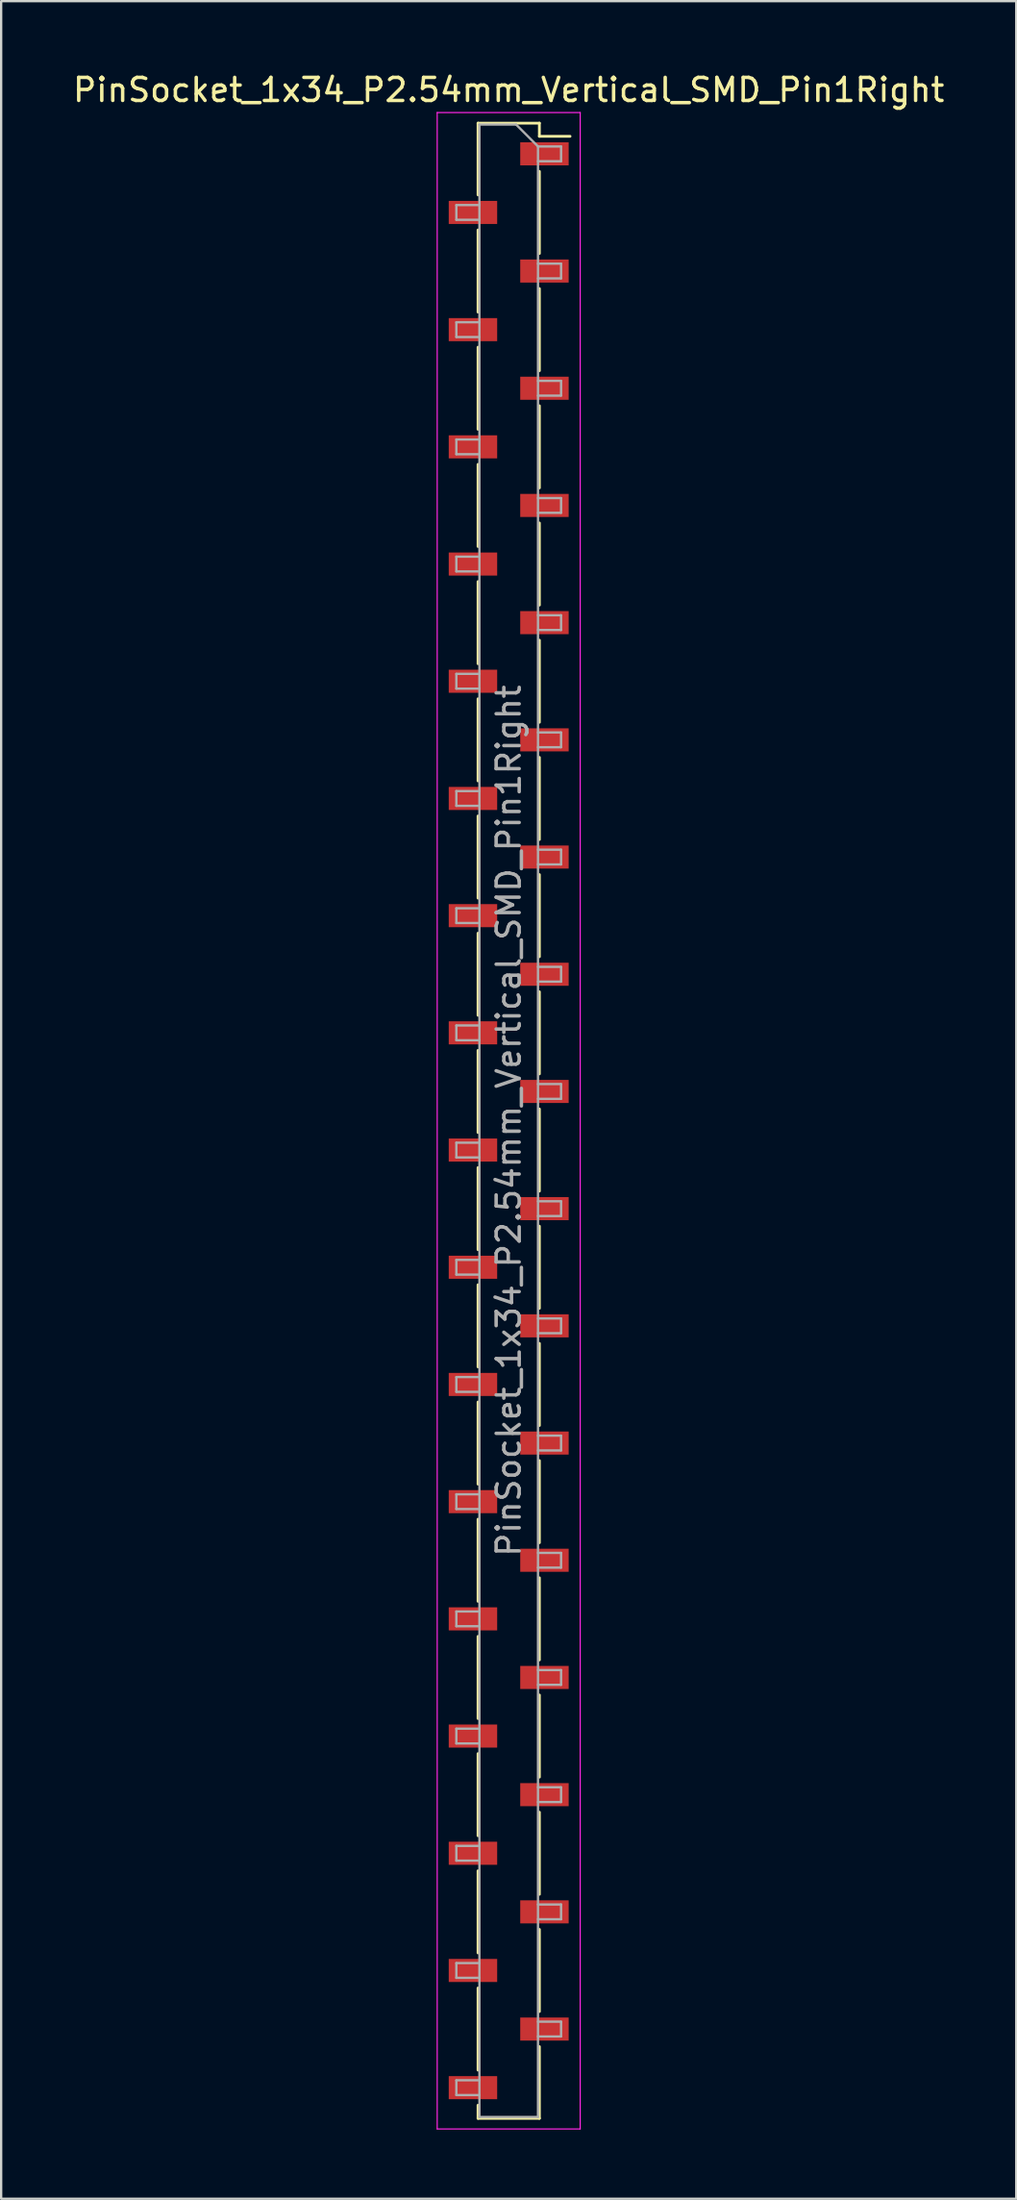
<source format=kicad_pcb>
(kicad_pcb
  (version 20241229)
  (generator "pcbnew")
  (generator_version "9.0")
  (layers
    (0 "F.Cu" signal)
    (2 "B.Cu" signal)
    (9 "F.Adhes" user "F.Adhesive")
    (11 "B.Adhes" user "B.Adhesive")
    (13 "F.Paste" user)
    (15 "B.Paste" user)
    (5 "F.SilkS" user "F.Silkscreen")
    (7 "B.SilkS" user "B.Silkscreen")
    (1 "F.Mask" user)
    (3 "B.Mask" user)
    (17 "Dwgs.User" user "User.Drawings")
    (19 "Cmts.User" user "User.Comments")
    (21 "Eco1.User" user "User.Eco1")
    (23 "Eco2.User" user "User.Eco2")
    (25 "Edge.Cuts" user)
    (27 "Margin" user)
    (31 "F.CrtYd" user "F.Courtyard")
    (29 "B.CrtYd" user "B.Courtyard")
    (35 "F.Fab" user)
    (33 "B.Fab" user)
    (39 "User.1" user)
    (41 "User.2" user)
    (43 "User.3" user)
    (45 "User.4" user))
  (footprint "PinSocket_1x34_P2.54mm_Vertical_SMD_Pin1Right"
    (layer "F.Cu")
    (at 19.006 45.528)
    (property "Reference" "PinSocket_1x34_P2.54mm_Vertical_SMD_Pin1Right" (at 0 -44.68 0) (layer "F.SilkS") (effects (font (size 1 1) (thickness 0.15))))
    (attr smd)
    (fp_line (start -1.33 -43.24) (end -1.33 -40.13) (stroke (width 0.12) (type solid)) (layer "F.SilkS"))
    (fp_line (start -1.33 -43.24) (end 1.33 -43.24) (stroke (width 0.12) (type solid)) (layer "F.SilkS"))
    (fp_line (start -1.33 -38.61) (end -1.33 -35.05) (stroke (width 0.12) (type solid)) (layer "F.SilkS"))
    (fp_line (start -1.33 -33.53) (end -1.33 -29.97) (stroke (width 0.12) (type solid)) (layer "F.SilkS"))
    (fp_line (start -1.33 -28.45) (end -1.33 -24.89) (stroke (width 0.12) (type solid)) (layer "F.SilkS"))
    (fp_line (start -1.33 -23.37) (end -1.33 -19.81) (stroke (width 0.12) (type solid)) (layer "F.SilkS"))
    (fp_line (start -1.33 -18.29) (end -1.33 -14.73) (stroke (width 0.12) (type solid)) (layer "F.SilkS"))
    (fp_line (start -1.33 -13.21) (end -1.33 -9.65) (stroke (width 0.12) (type solid)) (layer "F.SilkS"))
    (fp_line (start -1.33 -8.13) (end -1.33 -4.57) (stroke (width 0.12) (type solid)) (layer "F.SilkS"))
    (fp_line (start -1.33 -3.05) (end -1.33 0.51) (stroke (width 0.12) (type solid)) (layer "F.SilkS"))
    (fp_line (start -1.33 2.03) (end -1.33 5.59) (stroke (width 0.12) (type solid)) (layer "F.SilkS"))
    (fp_line (start -1.33 7.11) (end -1.33 10.67) (stroke (width 0.12) (type solid)) (layer "F.SilkS"))
    (fp_line (start -1.33 12.19) (end -1.33 15.75) (stroke (width 0.12) (type solid)) (layer "F.SilkS"))
    (fp_line (start -1.33 17.27) (end -1.33 20.83) (stroke (width 0.12) (type solid)) (layer "F.SilkS"))
    (fp_line (start -1.33 22.35) (end -1.33 25.91) (stroke (width 0.12) (type solid)) (layer "F.SilkS"))
    (fp_line (start -1.33 27.43) (end -1.33 30.99) (stroke (width 0.12) (type solid)) (layer "F.SilkS"))
    (fp_line (start -1.33 32.51) (end -1.33 36.07) (stroke (width 0.12) (type solid)) (layer "F.SilkS"))
    (fp_line (start -1.33 37.59) (end -1.33 41.15) (stroke (width 0.12) (type solid)) (layer "F.SilkS"))
    (fp_line (start -1.33 43.24) (end -1.33 42.67) (stroke (width 0.12) (type solid)) (layer "F.SilkS"))
    (fp_line (start 1.33 -43.24) (end 1.33 -42.67) (stroke (width 0.12) (type solid)) (layer "F.SilkS"))
    (fp_line (start 1.33 -42.67) (end 2.66 -42.67) (stroke (width 0.12) (type solid)) (layer "F.SilkS"))
    (fp_line (start 1.33 -41.15) (end 1.33 -37.59) (stroke (width 0.12) (type solid)) (layer "F.SilkS"))
    (fp_line (start 1.33 -36.07) (end 1.33 -32.51) (stroke (width 0.12) (type solid)) (layer "F.SilkS"))
    (fp_line (start 1.33 -30.99) (end 1.33 -27.43) (stroke (width 0.12) (type solid)) (layer "F.SilkS"))
    (fp_line (start 1.33 -25.91) (end 1.33 -22.35) (stroke (width 0.12) (type solid)) (layer "F.SilkS"))
    (fp_line (start 1.33 -20.83) (end 1.33 -17.27) (stroke (width 0.12) (type solid)) (layer "F.SilkS"))
    (fp_line (start 1.33 -15.75) (end 1.33 -12.19) (stroke (width 0.12) (type solid)) (layer "F.SilkS"))
    (fp_line (start 1.33 -10.67) (end 1.33 -7.11) (stroke (width 0.12) (type solid)) (layer "F.SilkS"))
    (fp_line (start 1.33 -5.59) (end 1.33 -2.03) (stroke (width 0.12) (type solid)) (layer "F.SilkS"))
    (fp_line (start 1.33 -0.51) (end 1.33 3.05) (stroke (width 0.12) (type solid)) (layer "F.SilkS"))
    (fp_line (start 1.33 4.57) (end 1.33 8.13) (stroke (width 0.12) (type solid)) (layer "F.SilkS"))
    (fp_line (start 1.33 9.65) (end 1.33 13.21) (stroke (width 0.12) (type solid)) (layer "F.SilkS"))
    (fp_line (start 1.33 14.73) (end 1.33 18.29) (stroke (width 0.12) (type solid)) (layer "F.SilkS"))
    (fp_line (start 1.33 19.81) (end 1.33 23.37) (stroke (width 0.12) (type solid)) (layer "F.SilkS"))
    (fp_line (start 1.33 24.89) (end 1.33 28.45) (stroke (width 0.12) (type solid)) (layer "F.SilkS"))
    (fp_line (start 1.33 29.97) (end 1.33 33.53) (stroke (width 0.12) (type solid)) (layer "F.SilkS"))
    (fp_line (start 1.33 35.05) (end 1.33 38.61) (stroke (width 0.12) (type solid)) (layer "F.SilkS"))
    (fp_line (start 1.33 40.13) (end 1.33 43.24) (stroke (width 0.12) (type solid)) (layer "F.SilkS"))
    (fp_line (start 1.33 43.24) (end -1.33 43.24) (stroke (width 0.12) (type solid)) (layer "F.SilkS"))
    (fp_line (start -3.1 -43.7) (end 3.1 -43.7) (stroke (width 0.05) (type solid)) (layer "F.CrtYd"))
    (fp_line (start -3.1 43.7) (end -3.1 -43.7) (stroke (width 0.05) (type solid)) (layer "F.CrtYd"))
    (fp_line (start 3.1 -43.7) (end 3.1 43.7) (stroke (width 0.05) (type solid)) (layer "F.CrtYd"))
    (fp_line (start 3.1 43.7) (end -3.1 43.7) (stroke (width 0.05) (type solid)) (layer "F.CrtYd"))
    (fp_line (start -2.27 -39.69) (end -1.27 -39.69) (stroke (width 0.1) (type solid)) (layer "F.Fab"))
    (fp_line (start -2.27 -39.05) (end -2.27 -39.69) (stroke (width 0.1) (type solid)) (layer "F.Fab"))
    (fp_line (start -2.27 -34.61) (end -1.27 -34.61) (stroke (width 0.1) (type solid)) (layer "F.Fab"))
    (fp_line (start -2.27 -33.97) (end -2.27 -34.61) (stroke (width 0.1) (type solid)) (layer "F.Fab"))
    (fp_line (start -2.27 -29.53) (end -1.27 -29.53) (stroke (width 0.1) (type solid)) (layer "F.Fab"))
    (fp_line (start -2.27 -28.89) (end -2.27 -29.53) (stroke (width 0.1) (type solid)) (layer "F.Fab"))
    (fp_line (start -2.27 -24.45) (end -1.27 -24.45) (stroke (width 0.1) (type solid)) (layer "F.Fab"))
    (fp_line (start -2.27 -23.81) (end -2.27 -24.45) (stroke (width 0.1) (type solid)) (layer "F.Fab"))
    (fp_line (start -2.27 -19.37) (end -1.27 -19.37) (stroke (width 0.1) (type solid)) (layer "F.Fab"))
    (fp_line (start -2.27 -18.73) (end -2.27 -19.37) (stroke (width 0.1) (type solid)) (layer "F.Fab"))
    (fp_line (start -2.27 -14.29) (end -1.27 -14.29) (stroke (width 0.1) (type solid)) (layer "F.Fab"))
    (fp_line (start -2.27 -13.65) (end -2.27 -14.29) (stroke (width 0.1) (type solid)) (layer "F.Fab"))
    (fp_line (start -2.27 -9.21) (end -1.27 -9.21) (stroke (width 0.1) (type solid)) (layer "F.Fab"))
    (fp_line (start -2.27 -8.57) (end -2.27 -9.21) (stroke (width 0.1) (type solid)) (layer "F.Fab"))
    (fp_line (start -2.27 -4.13) (end -1.27 -4.13) (stroke (width 0.1) (type solid)) (layer "F.Fab"))
    (fp_line (start -2.27 -3.49) (end -2.27 -4.13) (stroke (width 0.1) (type solid)) (layer "F.Fab"))
    (fp_line (start -2.27 0.95) (end -1.27 0.95) (stroke (width 0.1) (type solid)) (layer "F.Fab"))
    (fp_line (start -2.27 1.59) (end -2.27 0.95) (stroke (width 0.1) (type solid)) (layer "F.Fab"))
    (fp_line (start -2.27 6.03) (end -1.27 6.03) (stroke (width 0.1) (type solid)) (layer "F.Fab"))
    (fp_line (start -2.27 6.67) (end -2.27 6.03) (stroke (width 0.1) (type solid)) (layer "F.Fab"))
    (fp_line (start -2.27 11.11) (end -1.27 11.11) (stroke (width 0.1) (type solid)) (layer "F.Fab"))
    (fp_line (start -2.27 11.75) (end -2.27 11.11) (stroke (width 0.1) (type solid)) (layer "F.Fab"))
    (fp_line (start -2.27 16.19) (end -1.27 16.19) (stroke (width 0.1) (type solid)) (layer "F.Fab"))
    (fp_line (start -2.27 16.83) (end -2.27 16.19) (stroke (width 0.1) (type solid)) (layer "F.Fab"))
    (fp_line (start -2.27 21.27) (end -1.27 21.27) (stroke (width 0.1) (type solid)) (layer "F.Fab"))
    (fp_line (start -2.27 21.91) (end -2.27 21.27) (stroke (width 0.1) (type solid)) (layer "F.Fab"))
    (fp_line (start -2.27 26.35) (end -1.27 26.35) (stroke (width 0.1) (type solid)) (layer "F.Fab"))
    (fp_line (start -2.27 26.99) (end -2.27 26.35) (stroke (width 0.1) (type solid)) (layer "F.Fab"))
    (fp_line (start -2.27 31.43) (end -1.27 31.43) (stroke (width 0.1) (type solid)) (layer "F.Fab"))
    (fp_line (start -2.27 32.07) (end -2.27 31.43) (stroke (width 0.1) (type solid)) (layer "F.Fab"))
    (fp_line (start -2.27 36.51) (end -1.27 36.51) (stroke (width 0.1) (type solid)) (layer "F.Fab"))
    (fp_line (start -2.27 37.15) (end -2.27 36.51) (stroke (width 0.1) (type solid)) (layer "F.Fab"))
    (fp_line (start -2.27 41.59) (end -1.27 41.59) (stroke (width 0.1) (type solid)) (layer "F.Fab"))
    (fp_line (start -2.27 42.23) (end -2.27 41.59) (stroke (width 0.1) (type solid)) (layer "F.Fab"))
    (fp_line (start -1.27 -43.18) (end 0.32 -43.18) (stroke (width 0.1) (type solid)) (layer "F.Fab"))
    (fp_line (start -1.27 -39.05) (end -2.27 -39.05) (stroke (width 0.1) (type solid)) (layer "F.Fab"))
    (fp_line (start -1.27 -33.97) (end -2.27 -33.97) (stroke (width 0.1) (type solid)) (layer "F.Fab"))
    (fp_line (start -1.27 -28.89) (end -2.27 -28.89) (stroke (width 0.1) (type solid)) (layer "F.Fab"))
    (fp_line (start -1.27 -23.81) (end -2.27 -23.81) (stroke (width 0.1) (type solid)) (layer "F.Fab"))
    (fp_line (start -1.27 -18.73) (end -2.27 -18.73) (stroke (width 0.1) (type solid)) (layer "F.Fab"))
    (fp_line (start -1.27 -13.65) (end -2.27 -13.65) (stroke (width 0.1) (type solid)) (layer "F.Fab"))
    (fp_line (start -1.27 -8.57) (end -2.27 -8.57) (stroke (width 0.1) (type solid)) (layer "F.Fab"))
    (fp_line (start -1.27 -3.49) (end -2.27 -3.49) (stroke (width 0.1) (type solid)) (layer "F.Fab"))
    (fp_line (start -1.27 1.59) (end -2.27 1.59) (stroke (width 0.1) (type solid)) (layer "F.Fab"))
    (fp_line (start -1.27 6.67) (end -2.27 6.67) (stroke (width 0.1) (type solid)) (layer "F.Fab"))
    (fp_line (start -1.27 11.75) (end -2.27 11.75) (stroke (width 0.1) (type solid)) (layer "F.Fab"))
    (fp_line (start -1.27 16.83) (end -2.27 16.83) (stroke (width 0.1) (type solid)) (layer "F.Fab"))
    (fp_line (start -1.27 21.91) (end -2.27 21.91) (stroke (width 0.1) (type solid)) (layer "F.Fab"))
    (fp_line (start -1.27 26.99) (end -2.27 26.99) (stroke (width 0.1) (type solid)) (layer "F.Fab"))
    (fp_line (start -1.27 32.07) (end -2.27 32.07) (stroke (width 0.1) (type solid)) (layer "F.Fab"))
    (fp_line (start -1.27 37.15) (end -2.27 37.15) (stroke (width 0.1) (type solid)) (layer "F.Fab"))
    (fp_line (start -1.27 42.23) (end -2.27 42.23) (stroke (width 0.1) (type solid)) (layer "F.Fab"))
    (fp_line (start -1.27 43.18) (end -1.27 -43.18) (stroke (width 0.1) (type solid)) (layer "F.Fab"))
    (fp_line (start 0.32 -43.18) (end 1.27 -42.23) (stroke (width 0.1) (type solid)) (layer "F.Fab"))
    (fp_line (start 1.27 -42.23) (end 1.27 43.18) (stroke (width 0.1) (type solid)) (layer "F.Fab"))
    (fp_line (start 1.27 -42.23) (end 2.27 -42.23) (stroke (width 0.1) (type solid)) (layer "F.Fab"))
    (fp_line (start 1.27 -37.15) (end 2.27 -37.15) (stroke (width 0.1) (type solid)) (layer "F.Fab"))
    (fp_line (start 1.27 -32.07) (end 2.27 -32.07) (stroke (width 0.1) (type solid)) (layer "F.Fab"))
    (fp_line (start 1.27 -26.99) (end 2.27 -26.99) (stroke (width 0.1) (type solid)) (layer "F.Fab"))
    (fp_line (start 1.27 -21.91) (end 2.27 -21.91) (stroke (width 0.1) (type solid)) (layer "F.Fab"))
    (fp_line (start 1.27 -16.83) (end 2.27 -16.83) (stroke (width 0.1) (type solid)) (layer "F.Fab"))
    (fp_line (start 1.27 -11.75) (end 2.27 -11.75) (stroke (width 0.1) (type solid)) (layer "F.Fab"))
    (fp_line (start 1.27 -6.67) (end 2.27 -6.67) (stroke (width 0.1) (type solid)) (layer "F.Fab"))
    (fp_line (start 1.27 -1.59) (end 2.27 -1.59) (stroke (width 0.1) (type solid)) (layer "F.Fab"))
    (fp_line (start 1.27 3.49) (end 2.27 3.49) (stroke (width 0.1) (type solid)) (layer "F.Fab"))
    (fp_line (start 1.27 8.57) (end 2.27 8.57) (stroke (width 0.1) (type solid)) (layer "F.Fab"))
    (fp_line (start 1.27 13.65) (end 2.27 13.65) (stroke (width 0.1) (type solid)) (layer "F.Fab"))
    (fp_line (start 1.27 18.73) (end 2.27 18.73) (stroke (width 0.1) (type solid)) (layer "F.Fab"))
    (fp_line (start 1.27 23.81) (end 2.27 23.81) (stroke (width 0.1) (type solid)) (layer "F.Fab"))
    (fp_line (start 1.27 28.89) (end 2.27 28.89) (stroke (width 0.1) (type solid)) (layer "F.Fab"))
    (fp_line (start 1.27 33.97) (end 2.27 33.97) (stroke (width 0.1) (type solid)) (layer "F.Fab"))
    (fp_line (start 1.27 39.05) (end 2.27 39.05) (stroke (width 0.1) (type solid)) (layer "F.Fab"))
    (fp_line (start 1.27 43.18) (end -1.27 43.18) (stroke (width 0.1) (type solid)) (layer "F.Fab"))
    (fp_line (start 2.27 -42.23) (end 2.27 -41.59) (stroke (width 0.1) (type solid)) (layer "F.Fab"))
    (fp_line (start 2.27 -41.59) (end 1.27 -41.59) (stroke (width 0.1) (type solid)) (layer "F.Fab"))
    (fp_line (start 2.27 -37.15) (end 2.27 -36.51) (stroke (width 0.1) (type solid)) (layer "F.Fab"))
    (fp_line (start 2.27 -36.51) (end 1.27 -36.51) (stroke (width 0.1) (type solid)) (layer "F.Fab"))
    (fp_line (start 2.27 -32.07) (end 2.27 -31.43) (stroke (width 0.1) (type solid)) (layer "F.Fab"))
    (fp_line (start 2.27 -31.43) (end 1.27 -31.43) (stroke (width 0.1) (type solid)) (layer "F.Fab"))
    (fp_line (start 2.27 -26.99) (end 2.27 -26.35) (stroke (width 0.1) (type solid)) (layer "F.Fab"))
    (fp_line (start 2.27 -26.35) (end 1.27 -26.35) (stroke (width 0.1) (type solid)) (layer "F.Fab"))
    (fp_line (start 2.27 -21.91) (end 2.27 -21.27) (stroke (width 0.1) (type solid)) (layer "F.Fab"))
    (fp_line (start 2.27 -21.27) (end 1.27 -21.27) (stroke (width 0.1) (type solid)) (layer "F.Fab"))
    (fp_line (start 2.27 -16.83) (end 2.27 -16.19) (stroke (width 0.1) (type solid)) (layer "F.Fab"))
    (fp_line (start 2.27 -16.19) (end 1.27 -16.19) (stroke (width 0.1) (type solid)) (layer "F.Fab"))
    (fp_line (start 2.27 -11.75) (end 2.27 -11.11) (stroke (width 0.1) (type solid)) (layer "F.Fab"))
    (fp_line (start 2.27 -11.11) (end 1.27 -11.11) (stroke (width 0.1) (type solid)) (layer "F.Fab"))
    (fp_line (start 2.27 -6.67) (end 2.27 -6.03) (stroke (width 0.1) (type solid)) (layer "F.Fab"))
    (fp_line (start 2.27 -6.03) (end 1.27 -6.03) (stroke (width 0.1) (type solid)) (layer "F.Fab"))
    (fp_line (start 2.27 -1.59) (end 2.27 -0.95) (stroke (width 0.1) (type solid)) (layer "F.Fab"))
    (fp_line (start 2.27 -0.95) (end 1.27 -0.95) (stroke (width 0.1) (type solid)) (layer "F.Fab"))
    (fp_line (start 2.27 3.49) (end 2.27 4.13) (stroke (width 0.1) (type solid)) (layer "F.Fab"))
    (fp_line (start 2.27 4.13) (end 1.27 4.13) (stroke (width 0.1) (type solid)) (layer "F.Fab"))
    (fp_line (start 2.27 8.57) (end 2.27 9.21) (stroke (width 0.1) (type solid)) (layer "F.Fab"))
    (fp_line (start 2.27 9.21) (end 1.27 9.21) (stroke (width 0.1) (type solid)) (layer "F.Fab"))
    (fp_line (start 2.27 13.65) (end 2.27 14.29) (stroke (width 0.1) (type solid)) (layer "F.Fab"))
    (fp_line (start 2.27 14.29) (end 1.27 14.29) (stroke (width 0.1) (type solid)) (layer "F.Fab"))
    (fp_line (start 2.27 18.73) (end 2.27 19.37) (stroke (width 0.1) (type solid)) (layer "F.Fab"))
    (fp_line (start 2.27 19.37) (end 1.27 19.37) (stroke (width 0.1) (type solid)) (layer "F.Fab"))
    (fp_line (start 2.27 23.81) (end 2.27 24.45) (stroke (width 0.1) (type solid)) (layer "F.Fab"))
    (fp_line (start 2.27 24.45) (end 1.27 24.45) (stroke (width 0.1) (type solid)) (layer "F.Fab"))
    (fp_line (start 2.27 28.89) (end 2.27 29.53) (stroke (width 0.1) (type solid)) (layer "F.Fab"))
    (fp_line (start 2.27 29.53) (end 1.27 29.53) (stroke (width 0.1) (type solid)) (layer "F.Fab"))
    (fp_line (start 2.27 33.97) (end 2.27 34.61) (stroke (width 0.1) (type solid)) (layer "F.Fab"))
    (fp_line (start 2.27 34.61) (end 1.27 34.61) (stroke (width 0.1) (type solid)) (layer "F.Fab"))
    (fp_line (start 2.27 39.05) (end 2.27 39.69) (stroke (width 0.1) (type solid)) (layer "F.Fab"))
    (fp_line (start 2.27 39.69) (end 1.27 39.69) (stroke (width 0.1) (type solid)) (layer "F.Fab"))
    (fp_text user "${REFERENCE}" (at 0 0 90) (layer "F.Fab") (effects (font (size 1 1) (thickness 0.15))))
    (pad "1" smd rect (at 1.55 -41.91) (size 2.1 1) (layers "F.Cu" "F.Mask" "F.Paste"))
    (pad "2" smd rect (at -1.55 -39.37) (size 2.1 1) (layers "F.Cu" "F.Mask" "F.Paste"))
    (pad "3" smd rect (at 1.55 -36.83) (size 2.1 1) (layers "F.Cu" "F.Mask" "F.Paste"))
    (pad "4" smd rect (at -1.55 -34.29) (size 2.1 1) (layers "F.Cu" "F.Mask" "F.Paste"))
    (pad "5" smd rect (at 1.55 -31.75) (size 2.1 1) (layers "F.Cu" "F.Mask" "F.Paste"))
    (pad "6" smd rect (at -1.55 -29.21) (size 2.1 1) (layers "F.Cu" "F.Mask" "F.Paste"))
    (pad "7" smd rect (at 1.55 -26.67) (size 2.1 1) (layers "F.Cu" "F.Mask" "F.Paste"))
    (pad "8" smd rect (at -1.55 -24.13) (size 2.1 1) (layers "F.Cu" "F.Mask" "F.Paste"))
    (pad "9" smd rect (at 1.55 -21.59) (size 2.1 1) (layers "F.Cu" "F.Mask" "F.Paste"))
    (pad "10" smd rect (at -1.55 -19.05) (size 2.1 1) (layers "F.Cu" "F.Mask" "F.Paste"))
    (pad "11" smd rect (at 1.55 -16.51) (size 2.1 1) (layers "F.Cu" "F.Mask" "F.Paste"))
    (pad "12" smd rect (at -1.55 -13.97) (size 2.1 1) (layers "F.Cu" "F.Mask" "F.Paste"))
    (pad "13" smd rect (at 1.55 -11.43) (size 2.1 1) (layers "F.Cu" "F.Mask" "F.Paste"))
    (pad "14" smd rect (at -1.55 -8.89) (size 2.1 1) (layers "F.Cu" "F.Mask" "F.Paste"))
    (pad "15" smd rect (at 1.55 -6.35) (size 2.1 1) (layers "F.Cu" "F.Mask" "F.Paste"))
    (pad "16" smd rect (at -1.55 -3.81) (size 2.1 1) (layers "F.Cu" "F.Mask" "F.Paste"))
    (pad "17" smd rect (at 1.55 -1.27) (size 2.1 1) (layers "F.Cu" "F.Mask" "F.Paste"))
    (pad "18" smd rect (at -1.55 1.27) (size 2.1 1) (layers "F.Cu" "F.Mask" "F.Paste"))
    (pad "19" smd rect (at 1.55 3.81) (size 2.1 1) (layers "F.Cu" "F.Mask" "F.Paste"))
    (pad "20" smd rect (at -1.55 6.35) (size 2.1 1) (layers "F.Cu" "F.Mask" "F.Paste"))
    (pad "21" smd rect (at 1.55 8.89) (size 2.1 1) (layers "F.Cu" "F.Mask" "F.Paste"))
    (pad "22" smd rect (at -1.55 11.43) (size 2.1 1) (layers "F.Cu" "F.Mask" "F.Paste"))
    (pad "23" smd rect (at 1.55 13.97) (size 2.1 1) (layers "F.Cu" "F.Mask" "F.Paste"))
    (pad "24" smd rect (at -1.55 16.51) (size 2.1 1) (layers "F.Cu" "F.Mask" "F.Paste"))
    (pad "25" smd rect (at 1.55 19.05) (size 2.1 1) (layers "F.Cu" "F.Mask" "F.Paste"))
    (pad "26" smd rect (at -1.55 21.59) (size 2.1 1) (layers "F.Cu" "F.Mask" "F.Paste"))
    (pad "27" smd rect (at 1.55 24.13) (size 2.1 1) (layers "F.Cu" "F.Mask" "F.Paste"))
    (pad "28" smd rect (at -1.55 26.67) (size 2.1 1) (layers "F.Cu" "F.Mask" "F.Paste"))
    (pad "29" smd rect (at 1.55 29.21) (size 2.1 1) (layers "F.Cu" "F.Mask" "F.Paste"))
    (pad "30" smd rect (at -1.55 31.75) (size 2.1 1) (layers "F.Cu" "F.Mask" "F.Paste"))
    (pad "31" smd rect (at 1.55 34.29) (size 2.1 1) (layers "F.Cu" "F.Mask" "F.Paste"))
    (pad "32" smd rect (at -1.55 36.83) (size 2.1 1) (layers "F.Cu" "F.Mask" "F.Paste"))
    (pad "33" smd rect (at 1.55 39.37) (size 2.1 1) (layers "F.Cu" "F.Mask" "F.Paste"))
    (pad "34" smd rect (at -1.55 41.91) (size 2.1 1) (layers "F.Cu" "F.Mask" "F.Paste")))
  (gr_rect
    (start -3 -3)
    (end 41.012 92.253)
    (stroke (width 0.1) (type default))
    (fill no)
    (layer "Edge.Cuts")))
</source>
